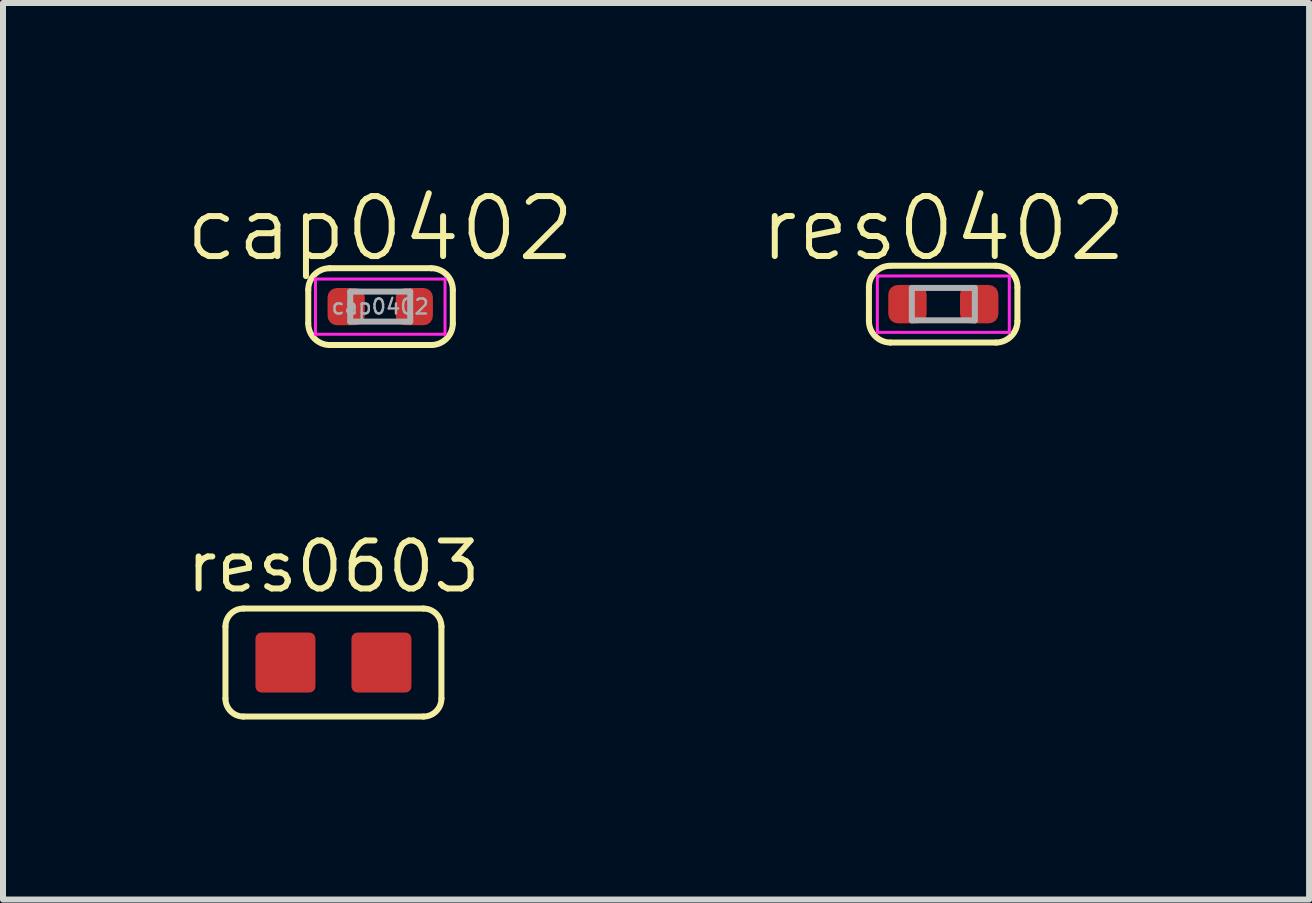
<source format=kicad_pcb>
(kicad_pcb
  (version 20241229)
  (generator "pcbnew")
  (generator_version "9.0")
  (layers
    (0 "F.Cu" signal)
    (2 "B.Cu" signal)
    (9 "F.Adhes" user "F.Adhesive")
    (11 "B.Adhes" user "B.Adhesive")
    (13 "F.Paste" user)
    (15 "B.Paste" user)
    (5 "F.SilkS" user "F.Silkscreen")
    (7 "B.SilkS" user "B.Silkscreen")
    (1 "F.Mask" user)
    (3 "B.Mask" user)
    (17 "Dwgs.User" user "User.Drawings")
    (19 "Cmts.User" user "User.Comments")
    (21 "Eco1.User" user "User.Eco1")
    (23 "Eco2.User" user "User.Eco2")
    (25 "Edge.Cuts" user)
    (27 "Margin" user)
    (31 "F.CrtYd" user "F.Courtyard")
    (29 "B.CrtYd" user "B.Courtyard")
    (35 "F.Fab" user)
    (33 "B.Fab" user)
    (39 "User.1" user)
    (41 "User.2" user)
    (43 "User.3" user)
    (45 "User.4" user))
  (footprint "res0603"
    (layer "F.Cu")
    (at 2.508 7.994)
    (property "Reference" "res0603" (at 0 -1.6 0) (layer "F.SilkS") (effects (font (size 0.8 0.8) (thickness 0.1))))
    (attr smd)
    (fp_line (start -1.8 0.6) (end -1.8 -0.6) (stroke (width 0.1) (type default)) (layer "F.SilkS"))
    (fp_line (start -1.5 -0.9) (end 1.5 -0.9) (stroke (width 0.1) (type default)) (layer "F.SilkS"))
    (fp_line (start -1.5 0.9) (end 1.5 0.9) (stroke (width 0.1) (type default)) (layer "F.SilkS"))
    (fp_line (start 1.8 -0.6) (end 1.8 0.6) (stroke (width 0.1) (type default)) (layer "F.SilkS"))
    (fp_arc (start -1.8 -0.6) (mid -1.712132 -0.812132) (end -1.5 -0.9) (stroke (width 0.1) (type default)) (layer "F.SilkS"))
    (fp_arc (start -1.5 0.9) (mid -1.712132 0.812132) (end -1.8 0.6) (stroke (width 0.1) (type default)) (layer "F.SilkS"))
    (fp_arc (start 1.5 -0.9) (mid 1.712132 -0.812132) (end 1.8 -0.6) (stroke (width 0.1) (type default)) (layer "F.SilkS"))
    (fp_arc (start 1.8 0.6) (mid 1.712132 0.812132) (end 1.5 0.9) (stroke (width 0.1) (type default)) (layer "F.SilkS"))
    (pad "1" smd roundrect (at -0.8 0) (size 1 1) (layers "F.Cu" "F.Mask" "F.Paste") (roundrect_rratio 0.1))
    (pad "2" smd roundrect (at 0.8 0) (size 1 1) (layers "F.Cu" "F.Mask" "F.Paste") (roundrect_rratio 0.1)))
  (footprint "cap0402"
    (layer "F.Cu")
    (at 3.288 2.061)
    (property "Reference" "cap0402" (at 0 -1.3 0) (unlocked yes) (layer "F.SilkS") (effects (font (size 1 1) (thickness 0.1))))
    (attr smd)
    (fp_line (start -1.2 -0.28) (end -1.2 0.28) (stroke (width 0.1) (type default)) (layer "F.SilkS"))
    (fp_line (start -0.84 -0.64) (end 0.85 -0.64) (stroke (width 0.1) (type default)) (layer "F.SilkS"))
    (fp_line (start 0.85 0.64) (end -0.84 0.64) (stroke (width 0.1) (type default)) (layer "F.SilkS"))
    (fp_line (start 1.21 -0.28) (end 1.21 0.28) (stroke (width 0.1) (type default)) (layer "F.SilkS"))
    (fp_arc (start -1.2 -0.28) (mid -1.094558 -0.534558) (end -0.84 -0.64) (stroke (width 0.1) (type default)) (layer "F.SilkS"))
    (fp_arc (start -0.84 0.64) (mid -1.094558 0.534558) (end -1.2 0.28) (stroke (width 0.1) (type default)) (layer "F.SilkS"))
    (fp_arc (start 0.85 -0.64) (mid 1.104558 -0.534558) (end 1.21 -0.28) (stroke (width 0.1) (type default)) (layer "F.SilkS"))
    (fp_arc (start 1.21 0.28) (mid 1.104558 0.534558) (end 0.85 0.64) (stroke (width 0.1) (type default)) (layer "F.SilkS"))
    (fp_line (start -1.08 -0.46) (end 1.08 -0.46) (stroke (width 0.05) (type solid)) (layer "F.CrtYd"))
    (fp_line (start -1.08 0.46) (end -1.08 -0.46) (stroke (width 0.05) (type solid)) (layer "F.CrtYd"))
    (fp_line (start 1.08 -0.46) (end 1.08 0.46) (stroke (width 0.05) (type solid)) (layer "F.CrtYd"))
    (fp_line (start 1.08 0.46) (end -1.08 0.46) (stroke (width 0.05) (type solid)) (layer "F.CrtYd"))
    (fp_line (start -0.5 -0.25) (end 0.5 -0.25) (stroke (width 0.1) (type solid)) (layer "F.Fab"))
    (fp_line (start -0.5 0.25) (end -0.5 -0.25) (stroke (width 0.1) (type solid)) (layer "F.Fab"))
    (fp_line (start 0.5 -0.25) (end 0.5 0.25) (stroke (width 0.1) (type solid)) (layer "F.Fab"))
    (fp_line (start 0.5 0.25) (end -0.5 0.25) (stroke (width 0.1) (type solid)) (layer "F.Fab"))
    (fp_text user "${REFERENCE}" (at 0 0 0) (layer "F.Fab") (effects (font (size 0.25 0.25) (thickness 0.04))))
    (pad "1" smd roundrect (at -0.568 0) (size 0.62 0.62) (layers "F.Cu" "F.Mask" "F.Paste") (roundrect_rratio 0.25))
    (pad "2" smd roundrect (at 0.568 0) (size 0.62 0.62) (layers "F.Cu" "F.Mask" "F.Paste") (roundrect_rratio 0.25)))
  (footprint "res0402"
    (layer "F.Cu")
    (at 12.674 1.99)
    (property "Reference" "res0402" (at 0 -1.23 0) (unlocked yes) (layer "F.SilkS") (effects (font (size 1 1) (thickness 0.1))))
    (attr smd)
    (fp_line (start -1.24 -0.25) (end -1.24 0.31) (stroke (width 0.1) (type default)) (layer "F.SilkS"))
    (fp_line (start -0.88 0.67) (end 0.88 0.67) (stroke (width 0.1) (type default)) (layer "F.SilkS"))
    (fp_line (start -0.865 -0.61) (end 0.875 -0.61) (stroke (width 0.1) (type default)) (layer "F.SilkS"))
    (fp_line (start 1.235 -0.25) (end 1.235 0.31) (stroke (width 0.1) (type default)) (layer "F.SilkS"))
    (fp_arc (start -1.24 -0.25) (mid -1.134558 -0.504558) (end -0.88 -0.61) (stroke (width 0.1) (type default)) (layer "F.SilkS"))
    (fp_arc (start -0.88 0.67) (mid -1.134558 0.564558) (end -1.24 0.31) (stroke (width 0.1) (type default)) (layer "F.SilkS"))
    (fp_arc (start 0.875442 -0.61) (mid 1.13 -0.504558) (end 1.235442 -0.25) (stroke (width 0.1) (type default)) (layer "F.SilkS"))
    (fp_arc (start 1.235442 0.31) (mid 1.13 0.564558) (end 0.875442 0.67) (stroke (width 0.1) (type default)) (layer "F.SilkS"))
    (fp_line (start -1.1 -0.44) (end 1.1 -0.44) (stroke (width 0.05) (type solid)) (layer "F.CrtYd"))
    (fp_line (start -1.1 0.5) (end -1.1 -0.44) (stroke (width 0.05) (type solid)) (layer "F.CrtYd"))
    (fp_line (start 1.1 -0.44) (end 1.1 0.5) (stroke (width 0.05) (type solid)) (layer "F.CrtYd"))
    (fp_line (start 1.1 0.5) (end -1.1 0.5) (stroke (width 0.05) (type solid)) (layer "F.CrtYd"))
    (fp_line (start -0.525 -0.24) (end 0.525 -0.24) (stroke (width 0.1) (type solid)) (layer "F.Fab"))
    (fp_line (start -0.525 0.3) (end -0.525 -0.24) (stroke (width 0.1) (type solid)) (layer "F.Fab"))
    (fp_line (start 0.525 -0.24) (end 0.525 0.3) (stroke (width 0.1) (type solid)) (layer "F.Fab"))
    (fp_line (start 0.525 0.3) (end -0.525 0.3) (stroke (width 0.1) (type solid)) (layer "F.Fab"))
    (pad "1" smd roundrect (at -0.598 0.03) (size 0.64 0.64) (layers "F.Cu" "F.Mask" "F.Paste") (roundrect_rratio 0.25))
    (pad "2" smd roundrect (at 0.598 0.03) (size 0.64 0.64) (layers "F.Cu" "F.Mask" "F.Paste") (roundrect_rratio 0.25)))
  (gr_rect
    (start -3 -3)
    (end 18.771 11.944)
    (stroke (width 0.1) (type default))
    (fill no)
    (layer "Edge.Cuts")))
</source>
